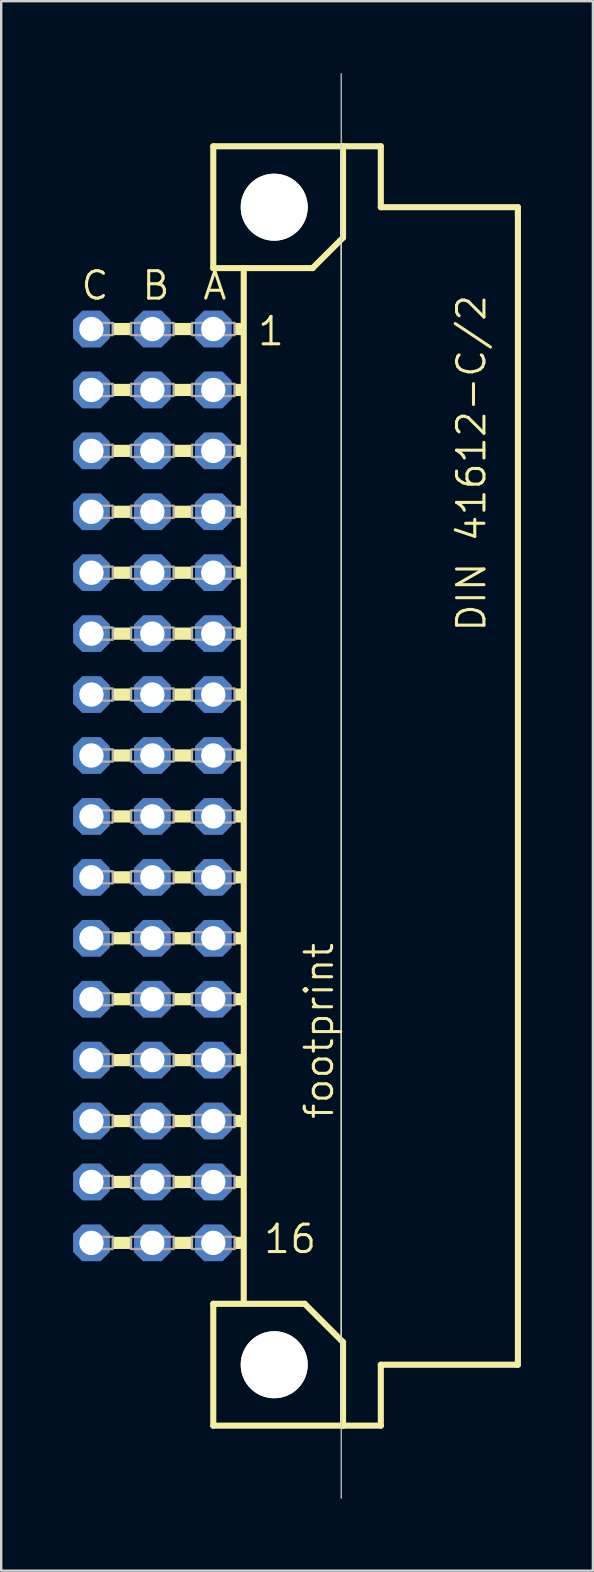
<source format=kicad_pcb>
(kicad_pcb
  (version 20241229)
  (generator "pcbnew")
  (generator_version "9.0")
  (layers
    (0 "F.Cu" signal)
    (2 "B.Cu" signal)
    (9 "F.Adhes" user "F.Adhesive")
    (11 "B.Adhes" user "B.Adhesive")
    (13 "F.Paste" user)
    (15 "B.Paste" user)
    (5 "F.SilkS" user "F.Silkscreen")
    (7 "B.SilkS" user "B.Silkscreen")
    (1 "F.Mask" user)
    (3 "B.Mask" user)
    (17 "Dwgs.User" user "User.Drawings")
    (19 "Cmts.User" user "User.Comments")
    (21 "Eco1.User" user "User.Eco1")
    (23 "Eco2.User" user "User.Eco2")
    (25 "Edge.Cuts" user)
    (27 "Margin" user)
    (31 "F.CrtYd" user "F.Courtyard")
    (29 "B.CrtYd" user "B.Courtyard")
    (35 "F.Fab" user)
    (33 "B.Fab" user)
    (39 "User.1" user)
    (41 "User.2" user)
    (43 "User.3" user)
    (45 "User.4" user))
  (footprint "footprint"
    (layer "F.Cu")
    (at 8.382 29.718)
    (property "Reference" "footprint" (at 2.54 13.97 90) (layer "F.SilkS") (effects (font (size 1.143 1.143) (thickness 0.127)) (justify left bottom)))
    (fp_line (start -2.54 -26.67) (end -2.54 -21.59) (stroke (width 0.254) (type solid)) (layer "F.SilkS"))
    (fp_line (start -2.54 -21.59) (end -1.27 -21.59) (stroke (width 0.254) (type solid)) (layer "F.SilkS"))
    (fp_line (start -2.54 21.59) (end -2.54 26.67) (stroke (width 0.254) (type solid)) (layer "F.SilkS"))
    (fp_line (start -2.54 21.59) (end 1.27 21.59) (stroke (width 0.254) (type solid)) (layer "F.SilkS"))
    (fp_line (start -2.54 26.67) (end 2.87 26.67) (stroke (width 0.254) (type solid)) (layer "F.SilkS"))
    (fp_line (start -1.27 -21.59) (end -1.27 21.463) (stroke (width 0.254) (type solid)) (layer "F.SilkS"))
    (fp_line (start -1.27 -21.59) (end 1.6 -21.59) (stroke (width 0.254) (type solid)) (layer "F.SilkS"))
    (fp_line (start 1.6 -21.59) (end 2.87 -22.86) (stroke (width 0.254) (type solid)) (layer "F.SilkS"))
    (fp_line (start 2.794 -23.495) (end 2.794 23.495) (stroke (width 0.051) (type solid)) (layer "F.SilkS"))
    (fp_line (start 2.87 -26.67) (end -2.54 -26.67) (stroke (width 0.254) (type solid)) (layer "F.SilkS"))
    (fp_line (start 2.87 -22.86) (end 2.87 -26.67) (stroke (width 0.254) (type solid)) (layer "F.SilkS"))
    (fp_line (start 2.87 23.19) (end 1.27 21.59) (stroke (width 0.254) (type solid)) (layer "F.SilkS"))
    (fp_line (start 2.87 23.19) (end 2.87 26.67) (stroke (width 0.254) (type solid)) (layer "F.SilkS"))
    (fp_line (start 2.87 26.67) (end 4.445 26.67) (stroke (width 0.254) (type solid)) (layer "F.SilkS"))
    (fp_line (start 4.445 -26.67) (end 2.87 -26.67) (stroke (width 0.254) (type solid)) (layer "F.SilkS"))
    (fp_line (start 4.445 -24.13) (end 4.445 -26.67) (stroke (width 0.254) (type solid)) (layer "F.SilkS"))
    (fp_line (start 4.445 24.13) (end 10.16 24.13) (stroke (width 0.254) (type solid)) (layer "F.SilkS"))
    (fp_line (start 4.445 26.67) (end 4.445 24.13) (stroke (width 0.254) (type solid)) (layer "F.SilkS"))
    (fp_line (start 10.16 -24.13) (end 4.445 -24.13) (stroke (width 0.254) (type solid)) (layer "F.SilkS"))
    (fp_line (start 10.16 24.13) (end 10.16 -24.13) (stroke (width 0.254) (type solid)) (layer "F.SilkS"))
    (fp_circle (center 0 -24.13) (end 1.27 -24.13) (stroke (width 0.254) (type solid)) (fill no) (layer "F.SilkS"))
    (fp_circle (center 0 24.13) (end 1.27 24.13) (stroke (width 0.254) (type solid)) (fill no) (layer "F.SilkS"))
    (fp_poly (pts (xy -6.731 -18.796) (xy -5.969 -18.796) (xy -5.969 -19.304) (xy -6.731 -19.304)) (stroke (width 0) (type solid)) (fill yes) (layer "F.SilkS"))
    (fp_poly (pts (xy -6.731 -16.256) (xy -5.969 -16.256) (xy -5.969 -16.764) (xy -6.731 -16.764)) (stroke (width 0) (type solid)) (fill yes) (layer "F.SilkS"))
    (fp_poly (pts (xy -6.731 -13.716) (xy -5.969 -13.716) (xy -5.969 -14.224) (xy -6.731 -14.224)) (stroke (width 0) (type solid)) (fill yes) (layer "F.SilkS"))
    (fp_poly (pts (xy -6.731 -11.176) (xy -5.969 -11.176) (xy -5.969 -11.684) (xy -6.731 -11.684)) (stroke (width 0) (type solid)) (fill yes) (layer "F.SilkS"))
    (fp_poly (pts (xy -6.731 -8.636) (xy -5.969 -8.636) (xy -5.969 -9.144) (xy -6.731 -9.144)) (stroke (width 0) (type solid)) (fill yes) (layer "F.SilkS"))
    (fp_poly (pts (xy -6.731 -6.096) (xy -5.969 -6.096) (xy -5.969 -6.604) (xy -6.731 -6.604)) (stroke (width 0) (type solid)) (fill yes) (layer "F.SilkS"))
    (fp_poly (pts (xy -6.731 -3.556) (xy -5.969 -3.556) (xy -5.969 -4.064) (xy -6.731 -4.064)) (stroke (width 0) (type solid)) (fill yes) (layer "F.SilkS"))
    (fp_poly (pts (xy -6.731 -1.016) (xy -5.969 -1.016) (xy -5.969 -1.524) (xy -6.731 -1.524)) (stroke (width 0) (type solid)) (fill yes) (layer "F.SilkS"))
    (fp_poly (pts (xy -6.731 1.524) (xy -5.969 1.524) (xy -5.969 1.016) (xy -6.731 1.016)) (stroke (width 0) (type solid)) (fill yes) (layer "F.SilkS"))
    (fp_poly (pts (xy -6.731 4.064) (xy -5.969 4.064) (xy -5.969 3.556) (xy -6.731 3.556)) (stroke (width 0) (type solid)) (fill yes) (layer "F.SilkS"))
    (fp_poly (pts (xy -6.731 6.604) (xy -5.969 6.604) (xy -5.969 6.096) (xy -6.731 6.096)) (stroke (width 0) (type solid)) (fill yes) (layer "F.SilkS"))
    (fp_poly (pts (xy -6.731 9.144) (xy -5.969 9.144) (xy -5.969 8.636) (xy -6.731 8.636)) (stroke (width 0) (type solid)) (fill yes) (layer "F.SilkS"))
    (fp_poly (pts (xy -6.731 11.684) (xy -5.969 11.684) (xy -5.969 11.176) (xy -6.731 11.176)) (stroke (width 0) (type solid)) (fill yes) (layer "F.SilkS"))
    (fp_poly (pts (xy -6.731 14.224) (xy -5.969 14.224) (xy -5.969 13.716) (xy -6.731 13.716)) (stroke (width 0) (type solid)) (fill yes) (layer "F.SilkS"))
    (fp_poly (pts (xy -6.731 16.764) (xy -5.969 16.764) (xy -5.969 16.256) (xy -6.731 16.256)) (stroke (width 0) (type solid)) (fill yes) (layer "F.SilkS"))
    (fp_poly (pts (xy -6.731 19.304) (xy -5.969 19.304) (xy -5.969 18.796) (xy -6.731 18.796)) (stroke (width 0) (type solid)) (fill yes) (layer "F.SilkS"))
    (fp_poly (pts (xy -4.191 -18.796) (xy -3.429 -18.796) (xy -3.429 -19.304) (xy -4.191 -19.304)) (stroke (width 0) (type solid)) (fill yes) (layer "F.SilkS"))
    (fp_poly (pts (xy -4.191 -16.256) (xy -3.429 -16.256) (xy -3.429 -16.764) (xy -4.191 -16.764)) (stroke (width 0) (type solid)) (fill yes) (layer "F.SilkS"))
    (fp_poly (pts (xy -4.191 -13.716) (xy -3.429 -13.716) (xy -3.429 -14.224) (xy -4.191 -14.224)) (stroke (width 0) (type solid)) (fill yes) (layer "F.SilkS"))
    (fp_poly (pts (xy -4.191 -11.176) (xy -3.429 -11.176) (xy -3.429 -11.684) (xy -4.191 -11.684)) (stroke (width 0) (type solid)) (fill yes) (layer "F.SilkS"))
    (fp_poly (pts (xy -4.191 -8.636) (xy -3.429 -8.636) (xy -3.429 -9.144) (xy -4.191 -9.144)) (stroke (width 0) (type solid)) (fill yes) (layer "F.SilkS"))
    (fp_poly (pts (xy -4.191 -6.096) (xy -3.429 -6.096) (xy -3.429 -6.604) (xy -4.191 -6.604)) (stroke (width 0) (type solid)) (fill yes) (layer "F.SilkS"))
    (fp_poly (pts (xy -4.191 -3.556) (xy -3.429 -3.556) (xy -3.429 -4.064) (xy -4.191 -4.064)) (stroke (width 0) (type solid)) (fill yes) (layer "F.SilkS"))
    (fp_poly (pts (xy -4.191 -1.016) (xy -3.429 -1.016) (xy -3.429 -1.524) (xy -4.191 -1.524)) (stroke (width 0) (type solid)) (fill yes) (layer "F.SilkS"))
    (fp_poly (pts (xy -4.191 1.524) (xy -3.429 1.524) (xy -3.429 1.016) (xy -4.191 1.016)) (stroke (width 0) (type solid)) (fill yes) (layer "F.SilkS"))
    (fp_poly (pts (xy -4.191 4.064) (xy -3.429 4.064) (xy -3.429 3.556) (xy -4.191 3.556)) (stroke (width 0) (type solid)) (fill yes) (layer "F.SilkS"))
    (fp_poly (pts (xy -4.191 6.604) (xy -3.429 6.604) (xy -3.429 6.096) (xy -4.191 6.096)) (stroke (width 0) (type solid)) (fill yes) (layer "F.SilkS"))
    (fp_poly (pts (xy -4.191 9.144) (xy -3.429 9.144) (xy -3.429 8.636) (xy -4.191 8.636)) (stroke (width 0) (type solid)) (fill yes) (layer "F.SilkS"))
    (fp_poly (pts (xy -4.191 11.684) (xy -3.429 11.684) (xy -3.429 11.176) (xy -4.191 11.176)) (stroke (width 0) (type solid)) (fill yes) (layer "F.SilkS"))
    (fp_poly (pts (xy -4.191 14.224) (xy -3.429 14.224) (xy -3.429 13.716) (xy -4.191 13.716)) (stroke (width 0) (type solid)) (fill yes) (layer "F.SilkS"))
    (fp_poly (pts (xy -4.191 16.764) (xy -3.429 16.764) (xy -3.429 16.256) (xy -4.191 16.256)) (stroke (width 0) (type solid)) (fill yes) (layer "F.SilkS"))
    (fp_poly (pts (xy -4.191 19.304) (xy -3.429 19.304) (xy -3.429 18.796) (xy -4.191 18.796)) (stroke (width 0) (type solid)) (fill yes) (layer "F.SilkS"))
    (fp_poly (pts (xy -1.651 -18.796) (xy -1.27 -18.796) (xy -1.27 -19.304) (xy -1.651 -19.304)) (stroke (width 0) (type solid)) (fill yes) (layer "F.SilkS"))
    (fp_poly (pts (xy -1.651 -16.256) (xy -1.27 -16.256) (xy -1.27 -16.764) (xy -1.651 -16.764)) (stroke (width 0) (type solid)) (fill yes) (layer "F.SilkS"))
    (fp_poly (pts (xy -1.651 -13.716) (xy -1.27 -13.716) (xy -1.27 -14.224) (xy -1.651 -14.224)) (stroke (width 0) (type solid)) (fill yes) (layer "F.SilkS"))
    (fp_poly (pts (xy -1.651 -11.176) (xy -1.27 -11.176) (xy -1.27 -11.684) (xy -1.651 -11.684)) (stroke (width 0) (type solid)) (fill yes) (layer "F.SilkS"))
    (fp_poly (pts (xy -1.651 -8.636) (xy -1.27 -8.636) (xy -1.27 -9.144) (xy -1.651 -9.144)) (stroke (width 0) (type solid)) (fill yes) (layer "F.SilkS"))
    (fp_poly (pts (xy -1.651 -6.096) (xy -1.27 -6.096) (xy -1.27 -6.604) (xy -1.651 -6.604)) (stroke (width 0) (type solid)) (fill yes) (layer "F.SilkS"))
    (fp_poly (pts (xy -1.651 -3.556) (xy -1.27 -3.556) (xy -1.27 -4.064) (xy -1.651 -4.064)) (stroke (width 0) (type solid)) (fill yes) (layer "F.SilkS"))
    (fp_poly (pts (xy -1.651 -1.016) (xy -1.27 -1.016) (xy -1.27 -1.524) (xy -1.651 -1.524)) (stroke (width 0) (type solid)) (fill yes) (layer "F.SilkS"))
    (fp_poly (pts (xy -1.651 1.524) (xy -1.27 1.524) (xy -1.27 1.016) (xy -1.651 1.016)) (stroke (width 0) (type solid)) (fill yes) (layer "F.SilkS"))
    (fp_poly (pts (xy -1.651 4.064) (xy -1.27 4.064) (xy -1.27 3.556) (xy -1.651 3.556)) (stroke (width 0) (type solid)) (fill yes) (layer "F.SilkS"))
    (fp_poly (pts (xy -1.651 6.604) (xy -1.27 6.604) (xy -1.27 6.096) (xy -1.651 6.096)) (stroke (width 0) (type solid)) (fill yes) (layer "F.SilkS"))
    (fp_poly (pts (xy -1.651 9.144) (xy -1.27 9.144) (xy -1.27 8.636) (xy -1.651 8.636)) (stroke (width 0) (type solid)) (fill yes) (layer "F.SilkS"))
    (fp_poly (pts (xy -1.651 11.684) (xy -1.27 11.684) (xy -1.27 11.176) (xy -1.651 11.176)) (stroke (width 0) (type solid)) (fill yes) (layer "F.SilkS"))
    (fp_poly (pts (xy -1.651 14.224) (xy -1.27 14.224) (xy -1.27 13.716) (xy -1.651 13.716)) (stroke (width 0) (type solid)) (fill yes) (layer "F.SilkS"))
    (fp_poly (pts (xy -1.651 16.764) (xy -1.27 16.764) (xy -1.27 16.256) (xy -1.651 16.256)) (stroke (width 0) (type solid)) (fill yes) (layer "F.SilkS"))
    (fp_poly (pts (xy -1.651 19.304) (xy -1.27 19.304) (xy -1.27 18.796) (xy -1.651 18.796)) (stroke (width 0) (type solid)) (fill yes) (layer "F.SilkS"))
    (fp_line (start 2.794 29.693) (end 2.794 -29.693) (stroke (width 0.05) (type solid)) (layer "Edge.Cuts"))
    (fp_poly (pts (xy -7.874 -18.796) (xy -6.731 -18.796) (xy -6.731 -19.304) (xy -7.874 -19.304)) (stroke (width 0.1) (type solid)) (fill no) (layer "F.Fab"))
    (fp_poly (pts (xy -7.874 -16.256) (xy -6.731 -16.256) (xy -6.731 -16.764) (xy -7.874 -16.764)) (stroke (width 0.1) (type solid)) (fill no) (layer "F.Fab"))
    (fp_poly (pts (xy -7.874 -13.716) (xy -6.731 -13.716) (xy -6.731 -14.224) (xy -7.874 -14.224)) (stroke (width 0.1) (type solid)) (fill no) (layer "F.Fab"))
    (fp_poly (pts (xy -7.874 -11.176) (xy -6.731 -11.176) (xy -6.731 -11.684) (xy -7.874 -11.684)) (stroke (width 0.1) (type solid)) (fill no) (layer "F.Fab"))
    (fp_poly (pts (xy -7.874 -8.636) (xy -6.731 -8.636) (xy -6.731 -9.144) (xy -7.874 -9.144)) (stroke (width 0.1) (type solid)) (fill no) (layer "F.Fab"))
    (fp_poly (pts (xy -7.874 -6.096) (xy -6.731 -6.096) (xy -6.731 -6.604) (xy -7.874 -6.604)) (stroke (width 0.1) (type solid)) (fill no) (layer "F.Fab"))
    (fp_poly (pts (xy -7.874 -3.556) (xy -6.731 -3.556) (xy -6.731 -4.064) (xy -7.874 -4.064)) (stroke (width 0.1) (type solid)) (fill no) (layer "F.Fab"))
    (fp_poly (pts (xy -7.874 -1.016) (xy -6.731 -1.016) (xy -6.731 -1.524) (xy -7.874 -1.524)) (stroke (width 0.1) (type solid)) (fill no) (layer "F.Fab"))
    (fp_poly (pts (xy -7.874 1.524) (xy -6.731 1.524) (xy -6.731 1.016) (xy -7.874 1.016)) (stroke (width 0.1) (type solid)) (fill no) (layer "F.Fab"))
    (fp_poly (pts (xy -7.874 4.064) (xy -6.731 4.064) (xy -6.731 3.556) (xy -7.874 3.556)) (stroke (width 0.1) (type solid)) (fill no) (layer "F.Fab"))
    (fp_poly (pts (xy -7.874 6.604) (xy -6.731 6.604) (xy -6.731 6.096) (xy -7.874 6.096)) (stroke (width 0.1) (type solid)) (fill no) (layer "F.Fab"))
    (fp_poly (pts (xy -7.874 9.144) (xy -6.731 9.144) (xy -6.731 8.636) (xy -7.874 8.636)) (stroke (width 0.1) (type solid)) (fill no) (layer "F.Fab"))
    (fp_poly (pts (xy -7.874 11.684) (xy -6.731 11.684) (xy -6.731 11.176) (xy -7.874 11.176)) (stroke (width 0.1) (type solid)) (fill no) (layer "F.Fab"))
    (fp_poly (pts (xy -7.874 14.224) (xy -6.731 14.224) (xy -6.731 13.716) (xy -7.874 13.716)) (stroke (width 0.1) (type solid)) (fill no) (layer "F.Fab"))
    (fp_poly (pts (xy -7.874 16.764) (xy -6.731 16.764) (xy -6.731 16.256) (xy -7.874 16.256)) (stroke (width 0.1) (type solid)) (fill no) (layer "F.Fab"))
    (fp_poly (pts (xy -7.874 19.304) (xy -6.731 19.304) (xy -6.731 18.796) (xy -7.874 18.796)) (stroke (width 0.1) (type solid)) (fill no) (layer "F.Fab"))
    (fp_poly (pts (xy -5.969 -18.796) (xy -4.191 -18.796) (xy -4.191 -19.304) (xy -5.969 -19.304)) (stroke (width 0.1) (type solid)) (fill no) (layer "F.Fab"))
    (fp_poly (pts (xy -5.969 -16.256) (xy -4.191 -16.256) (xy -4.191 -16.764) (xy -5.969 -16.764)) (stroke (width 0.1) (type solid)) (fill no) (layer "F.Fab"))
    (fp_poly (pts (xy -5.969 -13.716) (xy -4.191 -13.716) (xy -4.191 -14.224) (xy -5.969 -14.224)) (stroke (width 0.1) (type solid)) (fill no) (layer "F.Fab"))
    (fp_poly (pts (xy -5.969 -11.176) (xy -4.191 -11.176) (xy -4.191 -11.684) (xy -5.969 -11.684)) (stroke (width 0.1) (type solid)) (fill no) (layer "F.Fab"))
    (fp_poly (pts (xy -5.969 -8.636) (xy -4.191 -8.636) (xy -4.191 -9.144) (xy -5.969 -9.144)) (stroke (width 0.1) (type solid)) (fill no) (layer "F.Fab"))
    (fp_poly (pts (xy -5.969 -6.096) (xy -4.191 -6.096) (xy -4.191 -6.604) (xy -5.969 -6.604)) (stroke (width 0.1) (type solid)) (fill no) (layer "F.Fab"))
    (fp_poly (pts (xy -5.969 -3.556) (xy -4.191 -3.556) (xy -4.191 -4.064) (xy -5.969 -4.064)) (stroke (width 0.1) (type solid)) (fill no) (layer "F.Fab"))
    (fp_poly (pts (xy -5.969 -1.016) (xy -4.191 -1.016) (xy -4.191 -1.524) (xy -5.969 -1.524)) (stroke (width 0.1) (type solid)) (fill no) (layer "F.Fab"))
    (fp_poly (pts (xy -5.969 1.524) (xy -4.191 1.524) (xy -4.191 1.016) (xy -5.969 1.016)) (stroke (width 0.1) (type solid)) (fill no) (layer "F.Fab"))
    (fp_poly (pts (xy -5.969 4.064) (xy -4.191 4.064) (xy -4.191 3.556) (xy -5.969 3.556)) (stroke (width 0.1) (type solid)) (fill no) (layer "F.Fab"))
    (fp_poly (pts (xy -5.969 6.604) (xy -4.191 6.604) (xy -4.191 6.096) (xy -5.969 6.096)) (stroke (width 0.1) (type solid)) (fill no) (layer "F.Fab"))
    (fp_poly (pts (xy -5.969 9.144) (xy -4.191 9.144) (xy -4.191 8.636) (xy -5.969 8.636)) (stroke (width 0.1) (type solid)) (fill no) (layer "F.Fab"))
    (fp_poly (pts (xy -5.969 11.684) (xy -4.191 11.684) (xy -4.191 11.176) (xy -5.969 11.176)) (stroke (width 0.1) (type solid)) (fill no) (layer "F.Fab"))
    (fp_poly (pts (xy -5.969 14.224) (xy -4.191 14.224) (xy -4.191 13.716) (xy -5.969 13.716)) (stroke (width 0.1) (type solid)) (fill no) (layer "F.Fab"))
    (fp_poly (pts (xy -5.969 16.764) (xy -4.191 16.764) (xy -4.191 16.256) (xy -5.969 16.256)) (stroke (width 0.1) (type solid)) (fill no) (layer "F.Fab"))
    (fp_poly (pts (xy -5.969 19.304) (xy -4.191 19.304) (xy -4.191 18.796) (xy -5.969 18.796)) (stroke (width 0.1) (type solid)) (fill no) (layer "F.Fab"))
    (fp_poly (pts (xy -3.429 -18.796) (xy -1.651 -18.796) (xy -1.651 -19.304) (xy -3.429 -19.304)) (stroke (width 0.1) (type solid)) (fill no) (layer "F.Fab"))
    (fp_poly (pts (xy -3.429 -16.256) (xy -1.651 -16.256) (xy -1.651 -16.764) (xy -3.429 -16.764)) (stroke (width 0.1) (type solid)) (fill no) (layer "F.Fab"))
    (fp_poly (pts (xy -3.429 -13.716) (xy -1.651 -13.716) (xy -1.651 -14.224) (xy -3.429 -14.224)) (stroke (width 0.1) (type solid)) (fill no) (layer "F.Fab"))
    (fp_poly (pts (xy -3.429 -11.176) (xy -1.651 -11.176) (xy -1.651 -11.684) (xy -3.429 -11.684)) (stroke (width 0.1) (type solid)) (fill no) (layer "F.Fab"))
    (fp_poly (pts (xy -3.429 -8.636) (xy -1.651 -8.636) (xy -1.651 -9.144) (xy -3.429 -9.144)) (stroke (width 0.1) (type solid)) (fill no) (layer "F.Fab"))
    (fp_poly (pts (xy -3.429 -6.096) (xy -1.651 -6.096) (xy -1.651 -6.604) (xy -3.429 -6.604)) (stroke (width 0.1) (type solid)) (fill no) (layer "F.Fab"))
    (fp_poly (pts (xy -3.429 -3.556) (xy -1.651 -3.556) (xy -1.651 -4.064) (xy -3.429 -4.064)) (stroke (width 0.1) (type solid)) (fill no) (layer "F.Fab"))
    (fp_poly (pts (xy -3.429 -1.016) (xy -1.651 -1.016) (xy -1.651 -1.524) (xy -3.429 -1.524)) (stroke (width 0.1) (type solid)) (fill no) (layer "F.Fab"))
    (fp_poly (pts (xy -3.429 1.524) (xy -1.651 1.524) (xy -1.651 1.016) (xy -3.429 1.016)) (stroke (width 0.1) (type solid)) (fill no) (layer "F.Fab"))
    (fp_poly (pts (xy -3.429 4.064) (xy -1.651 4.064) (xy -1.651 3.556) (xy -3.429 3.556)) (stroke (width 0.1) (type solid)) (fill no) (layer "F.Fab"))
    (fp_poly (pts (xy -3.429 6.604) (xy -1.651 6.604) (xy -1.651 6.096) (xy -3.429 6.096)) (stroke (width 0.1) (type solid)) (fill no) (layer "F.Fab"))
    (fp_poly (pts (xy -3.429 9.144) (xy -1.651 9.144) (xy -1.651 8.636) (xy -3.429 8.636)) (stroke (width 0.1) (type solid)) (fill no) (layer "F.Fab"))
    (fp_poly (pts (xy -3.429 11.684) (xy -1.651 11.684) (xy -1.651 11.176) (xy -3.429 11.176)) (stroke (width 0.1) (type solid)) (fill no) (layer "F.Fab"))
    (fp_poly (pts (xy -3.429 14.224) (xy -1.651 14.224) (xy -1.651 13.716) (xy -3.429 13.716)) (stroke (width 0.1) (type solid)) (fill no) (layer "F.Fab"))
    (fp_poly (pts (xy -3.429 16.764) (xy -1.651 16.764) (xy -1.651 16.256) (xy -3.429 16.256)) (stroke (width 0.1) (type solid)) (fill no) (layer "F.Fab"))
    (fp_poly (pts (xy -3.429 19.304) (xy -1.651 19.304) (xy -1.651 18.796) (xy -3.429 18.796)) (stroke (width 0.1) (type solid)) (fill no) (layer "F.Fab"))
    (fp_text user "DIN 41612-C/2" (at 8.89 -6.35 90) (layer "F.SilkS") (effects (font (size 1.143 1.143) (thickness 0.127)) (justify left bottom)))
    (fp_text user "1" (at -0.762 -18.288 0) (layer "F.SilkS") (effects (font (size 1.143 1.143) (thickness 0.127)) (justify left bottom)))
    (fp_text user "A" (at -3.048 -20.193 0) (layer "F.SilkS") (effects (font (size 1.143 1.143) (thickness 0.127)) (justify left bottom)))
    (fp_text user "16" (at -0.508 19.558 0) (layer "F.SilkS") (effects (font (size 1.143 1.143) (thickness 0.127)) (justify left bottom)))
    (fp_text user "B" (at -5.588 -20.193 0) (layer "F.SilkS") (effects (font (size 1.143 1.143) (thickness 0.127)) (justify left bottom)))
    (fp_text user "C" (at -8.128 -20.193 0) (layer "F.SilkS") (effects (font (size 1.143 1.143) (thickness 0.127)) (justify left bottom)))
    (pad "" np_thru_hole circle (at 0 -24.13) (size 2.794 2.794) (drill 2.794) (layers "*.Cu" "*.Mask"))
    (pad "" np_thru_hole circle (at 0 24.13) (size 2.794 2.794) (drill 2.794) (layers "*.Cu" "*.Mask"))
    (pad "A1" thru_hole roundrect (at -2.54 -19.05) (size 1.524 1.524) (drill 1.016) (layers "*.Cu" "*.Mask") (roundrect_rratio 0.25) (chamfer_ratio 0.25) (chamfer top_left top_right bottom_left bottom_right))
    (pad "A2" thru_hole roundrect (at -2.54 -16.51) (size 1.524 1.524) (drill 1.016) (layers "*.Cu" "*.Mask") (roundrect_rratio 0.25) (chamfer_ratio 0.25) (chamfer top_left top_right bottom_left bottom_right))
    (pad "A3" thru_hole roundrect (at -2.54 -13.97) (size 1.524 1.524) (drill 1.016) (layers "*.Cu" "*.Mask") (roundrect_rratio 0.25) (chamfer_ratio 0.25) (chamfer top_left top_right bottom_left bottom_right))
    (pad "A4" thru_hole roundrect (at -2.54 -11.43) (size 1.524 1.524) (drill 1.016) (layers "*.Cu" "*.Mask") (roundrect_rratio 0.25) (chamfer_ratio 0.25) (chamfer top_left top_right bottom_left bottom_right))
    (pad "A5" thru_hole roundrect (at -2.54 -8.89) (size 1.524 1.524) (drill 1.016) (layers "*.Cu" "*.Mask") (roundrect_rratio 0.25) (chamfer_ratio 0.25) (chamfer top_left top_right bottom_left bottom_right))
    (pad "A6" thru_hole roundrect (at -2.54 -6.35) (size 1.524 1.524) (drill 1.016) (layers "*.Cu" "*.Mask") (roundrect_rratio 0.25) (chamfer_ratio 0.25) (chamfer top_left top_right bottom_left bottom_right))
    (pad "A7" thru_hole roundrect (at -2.54 -3.81) (size 1.524 1.524) (drill 1.016) (layers "*.Cu" "*.Mask") (roundrect_rratio 0.25) (chamfer_ratio 0.25) (chamfer top_left top_right bottom_left bottom_right))
    (pad "A8" thru_hole roundrect (at -2.54 -1.27) (size 1.524 1.524) (drill 1.016) (layers "*.Cu" "*.Mask") (roundrect_rratio 0.25) (chamfer_ratio 0.25) (chamfer top_left top_right bottom_left bottom_right))
    (pad "A9" thru_hole roundrect (at -2.54 1.27) (size 1.524 1.524) (drill 1.016) (layers "*.Cu" "*.Mask") (roundrect_rratio 0.25) (chamfer_ratio 0.25) (chamfer top_left top_right bottom_left bottom_right))
    (pad "A10" thru_hole roundrect (at -2.54 3.81) (size 1.524 1.524) (drill 1.016) (layers "*.Cu" "*.Mask") (roundrect_rratio 0.25) (chamfer_ratio 0.25) (chamfer top_left top_right bottom_left bottom_right))
    (pad "A11" thru_hole roundrect (at -2.54 6.35) (size 1.524 1.524) (drill 1.016) (layers "*.Cu" "*.Mask") (roundrect_rratio 0.25) (chamfer_ratio 0.25) (chamfer top_left top_right bottom_left bottom_right))
    (pad "A12" thru_hole roundrect (at -2.54 8.89) (size 1.524 1.524) (drill 1.016) (layers "*.Cu" "*.Mask") (roundrect_rratio 0.25) (chamfer_ratio 0.25) (chamfer top_left top_right bottom_left bottom_right))
    (pad "A13" thru_hole roundrect (at -2.54 11.43) (size 1.524 1.524) (drill 1.016) (layers "*.Cu" "*.Mask") (roundrect_rratio 0.25) (chamfer_ratio 0.25) (chamfer top_left top_right bottom_left bottom_right))
    (pad "A14" thru_hole roundrect (at -2.54 13.97) (size 1.524 1.524) (drill 1.016) (layers "*.Cu" "*.Mask") (roundrect_rratio 0.25) (chamfer_ratio 0.25) (chamfer top_left top_right bottom_left bottom_right))
    (pad "A15" thru_hole roundrect (at -2.54 16.51) (size 1.524 1.524) (drill 1.016) (layers "*.Cu" "*.Mask") (roundrect_rratio 0.25) (chamfer_ratio 0.25) (chamfer top_left top_right bottom_left bottom_right))
    (pad "A16" thru_hole roundrect (at -2.54 19.05) (size 1.524 1.524) (drill 1.016) (layers "*.Cu" "*.Mask") (roundrect_rratio 0.25) (chamfer_ratio 0.25) (chamfer top_left top_right bottom_left bottom_right))
    (pad "B1" thru_hole roundrect (at -5.08 -19.05) (size 1.524 1.524) (drill 1.016) (layers "*.Cu" "*.Mask") (roundrect_rratio 0.25) (chamfer_ratio 0.25) (chamfer top_left top_right bottom_left bottom_right))
    (pad "B2" thru_hole roundrect (at -5.08 -16.51) (size 1.524 1.524) (drill 1.016) (layers "*.Cu" "*.Mask") (roundrect_rratio 0.25) (chamfer_ratio 0.25) (chamfer top_left top_right bottom_left bottom_right))
    (pad "B3" thru_hole roundrect (at -5.08 -13.97) (size 1.524 1.524) (drill 1.016) (layers "*.Cu" "*.Mask") (roundrect_rratio 0.25) (chamfer_ratio 0.25) (chamfer top_left top_right bottom_left bottom_right))
    (pad "B4" thru_hole roundrect (at -5.08 -11.43) (size 1.524 1.524) (drill 1.016) (layers "*.Cu" "*.Mask") (roundrect_rratio 0.25) (chamfer_ratio 0.25) (chamfer top_left top_right bottom_left bottom_right))
    (pad "B5" thru_hole roundrect (at -5.08 -8.89) (size 1.524 1.524) (drill 1.016) (layers "*.Cu" "*.Mask") (roundrect_rratio 0.25) (chamfer_ratio 0.25) (chamfer top_left top_right bottom_left bottom_right))
    (pad "B6" thru_hole roundrect (at -5.08 -6.35) (size 1.524 1.524) (drill 1.016) (layers "*.Cu" "*.Mask") (roundrect_rratio 0.25) (chamfer_ratio 0.25) (chamfer top_left top_right bottom_left bottom_right))
    (pad "B7" thru_hole roundrect (at -5.08 -3.81) (size 1.524 1.524) (drill 1.016) (layers "*.Cu" "*.Mask") (roundrect_rratio 0.25) (chamfer_ratio 0.25) (chamfer top_left top_right bottom_left bottom_right))
    (pad "B8" thru_hole roundrect (at -5.08 -1.27) (size 1.524 1.524) (drill 1.016) (layers "*.Cu" "*.Mask") (roundrect_rratio 0.25) (chamfer_ratio 0.25) (chamfer top_left top_right bottom_left bottom_right))
    (pad "B9" thru_hole roundrect (at -5.08 1.27) (size 1.524 1.524) (drill 1.016) (layers "*.Cu" "*.Mask") (roundrect_rratio 0.25) (chamfer_ratio 0.25) (chamfer top_left top_right bottom_left bottom_right))
    (pad "B10" thru_hole roundrect (at -5.08 3.81) (size 1.524 1.524) (drill 1.016) (layers "*.Cu" "*.Mask") (roundrect_rratio 0.25) (chamfer_ratio 0.25) (chamfer top_left top_right bottom_left bottom_right))
    (pad "B11" thru_hole roundrect (at -5.08 6.35) (size 1.524 1.524) (drill 1.016) (layers "*.Cu" "*.Mask") (roundrect_rratio 0.25) (chamfer_ratio 0.25) (chamfer top_left top_right bottom_left bottom_right))
    (pad "B12" thru_hole roundrect (at -5.08 8.89) (size 1.524 1.524) (drill 1.016) (layers "*.Cu" "*.Mask") (roundrect_rratio 0.25) (chamfer_ratio 0.25) (chamfer top_left top_right bottom_left bottom_right))
    (pad "B13" thru_hole roundrect (at -5.08 11.43) (size 1.524 1.524) (drill 1.016) (layers "*.Cu" "*.Mask") (roundrect_rratio 0.25) (chamfer_ratio 0.25) (chamfer top_left top_right bottom_left bottom_right))
    (pad "B14" thru_hole roundrect (at -5.08 13.97) (size 1.524 1.524) (drill 1.016) (layers "*.Cu" "*.Mask") (roundrect_rratio 0.25) (chamfer_ratio 0.25) (chamfer top_left top_right bottom_left bottom_right))
    (pad "B15" thru_hole roundrect (at -5.08 16.51) (size 1.524 1.524) (drill 1.016) (layers "*.Cu" "*.Mask") (roundrect_rratio 0.25) (chamfer_ratio 0.25) (chamfer top_left top_right bottom_left bottom_right))
    (pad "B16" thru_hole roundrect (at -5.08 19.05) (size 1.524 1.524) (drill 1.016) (layers "*.Cu" "*.Mask") (roundrect_rratio 0.25) (chamfer_ratio 0.25) (chamfer top_left top_right bottom_left bottom_right))
    (pad "C1" thru_hole roundrect (at -7.62 -19.05) (size 1.524 1.524) (drill 1.016) (layers "*.Cu" "*.Mask") (roundrect_rratio 0.25) (chamfer_ratio 0.25) (chamfer top_left top_right bottom_left bottom_right))
    (pad "C2" thru_hole roundrect (at -7.62 -16.51) (size 1.524 1.524) (drill 1.016) (layers "*.Cu" "*.Mask") (roundrect_rratio 0.25) (chamfer_ratio 0.25) (chamfer top_left top_right bottom_left bottom_right))
    (pad "C3" thru_hole roundrect (at -7.62 -13.97) (size 1.524 1.524) (drill 1.016) (layers "*.Cu" "*.Mask") (roundrect_rratio 0.25) (chamfer_ratio 0.25) (chamfer top_left top_right bottom_left bottom_right))
    (pad "C4" thru_hole roundrect (at -7.62 -11.43) (size 1.524 1.524) (drill 1.016) (layers "*.Cu" "*.Mask") (roundrect_rratio 0.25) (chamfer_ratio 0.25) (chamfer top_left top_right bottom_left bottom_right))
    (pad "C5" thru_hole roundrect (at -7.62 -8.89) (size 1.524 1.524) (drill 1.016) (layers "*.Cu" "*.Mask") (roundrect_rratio 0.25) (chamfer_ratio 0.25) (chamfer top_left top_right bottom_left bottom_right))
    (pad "C6" thru_hole roundrect (at -7.62 -6.35) (size 1.524 1.524) (drill 1.016) (layers "*.Cu" "*.Mask") (roundrect_rratio 0.25) (chamfer_ratio 0.25) (chamfer top_left top_right bottom_left bottom_right))
    (pad "C7" thru_hole roundrect (at -7.62 -3.81) (size 1.524 1.524) (drill 1.016) (layers "*.Cu" "*.Mask") (roundrect_rratio 0.25) (chamfer_ratio 0.25) (chamfer top_left top_right bottom_left bottom_right))
    (pad "C8" thru_hole roundrect (at -7.62 -1.27) (size 1.524 1.524) (drill 1.016) (layers "*.Cu" "*.Mask") (roundrect_rratio 0.25) (chamfer_ratio 0.25) (chamfer top_left top_right bottom_left bottom_right))
    (pad "C9" thru_hole roundrect (at -7.62 1.27) (size 1.524 1.524) (drill 1.016) (layers "*.Cu" "*.Mask") (roundrect_rratio 0.25) (chamfer_ratio 0.25) (chamfer top_left top_right bottom_left bottom_right))
    (pad "C10" thru_hole roundrect (at -7.62 3.81) (size 1.524 1.524) (drill 1.016) (layers "*.Cu" "*.Mask") (roundrect_rratio 0.25) (chamfer_ratio 0.25) (chamfer top_left top_right bottom_left bottom_right))
    (pad "C11" thru_hole roundrect (at -7.62 6.35) (size 1.524 1.524) (drill 1.016) (layers "*.Cu" "*.Mask") (roundrect_rratio 0.25) (chamfer_ratio 0.25) (chamfer top_left top_right bottom_left bottom_right))
    (pad "C12" thru_hole roundrect (at -7.62 8.89) (size 1.524 1.524) (drill 1.016) (layers "*.Cu" "*.Mask") (roundrect_rratio 0.25) (chamfer_ratio 0.25) (chamfer top_left top_right bottom_left bottom_right))
    (pad "C13" thru_hole roundrect (at -7.62 11.43) (size 1.524 1.524) (drill 1.016) (layers "*.Cu" "*.Mask") (roundrect_rratio 0.25) (chamfer_ratio 0.25) (chamfer top_left top_right bottom_left bottom_right))
    (pad "C14" thru_hole roundrect (at -7.62 13.97) (size 1.524 1.524) (drill 1.016) (layers "*.Cu" "*.Mask") (roundrect_rratio 0.25) (chamfer_ratio 0.25) (chamfer top_left top_right bottom_left bottom_right))
    (pad "C15" thru_hole roundrect (at -7.62 16.51) (size 1.524 1.524) (drill 1.016) (layers "*.Cu" "*.Mask") (roundrect_rratio 0.25) (chamfer_ratio 0.25) (chamfer top_left top_right bottom_left bottom_right))
    (pad "C16" thru_hole roundrect (at -7.62 19.05) (size 1.524 1.524) (drill 1.016) (layers "*.Cu" "*.Mask") (roundrect_rratio 0.25) (chamfer_ratio 0.25) (chamfer top_left top_right bottom_left bottom_right))
    (zone (net_name "") (layers "F.Cu" "B.Cu") (hatch edge 0.508) (connect_pads) (min_thickness 0.254) (filled_areas_thickness no) (keepout (tracks allowed) (vias not_allowed) (pads allowed) (copperpour allowed) (footprints allowed)) (placement (enabled no)) (fill) (polygon (pts (xy 11.557 5.588) (xy 11.509 5.036) (xy 11.366 4.502) (xy 11.132 4) (xy 10.814 3.547) (xy 10.423 3.155) (xy 9.97 2.838) (xy 9.468 2.604) (xy 8.933 2.461) (xy 8.382 2.413) (xy 7.831 2.461) (xy 7.296 2.604) (xy 6.795 2.838) (xy 6.341 3.155) (xy 5.95 3.547) (xy 5.632 4) (xy 5.398 4.502) (xy 5.255 5.036) (xy 5.207 5.588) (xy 5.255 6.139) (xy 5.398 6.674) (xy 5.632 7.175) (xy 5.95 7.628) (xy 6.341 8.02) (xy 6.795 8.337) (xy 7.296 8.571) (xy 7.831 8.714) (xy 8.382 8.763) (xy 8.933 8.714) (xy 9.468 8.571) (xy 9.97 8.337) (xy 10.423 8.02) (xy 10.814 7.628) (xy 11.132 7.175) (xy 11.366 6.674) (xy 11.509 6.139))) (polygon (pts (xy 9.779 5.588) (xy 9.758 5.345) (xy 9.695 5.11) (xy 9.592 4.889) (xy 9.452 4.69) (xy 9.28 4.517) (xy 9.081 4.378) (xy 8.86 4.275) (xy 8.625 4.212) (xy 8.382 4.191) (xy 8.139 4.212) (xy 7.904 4.275) (xy 7.684 4.378) (xy 7.484 4.517) (xy 7.312 4.69) (xy 7.172 4.889) (xy 7.069 5.11) (xy 7.006 5.345) (xy 6.985 5.588) (xy 7.006 5.83) (xy 7.069 6.065) (xy 7.172 6.286) (xy 7.312 6.486) (xy 7.484 6.658) (xy 7.684 6.797) (xy 7.904 6.9) (xy 8.139 6.963) (xy 8.382 6.985) (xy 8.625 6.963) (xy 8.86 6.9) (xy 9.081 6.797) (xy 9.28 6.658) (xy 9.452 6.486) (xy 9.592 6.286) (xy 9.695 6.065) (xy 9.758 5.83))))
    (zone (net_name "") (layers "F.Cu" "B.Cu") (hatch edge 0.508) (connect_pads) (min_thickness 0.254) (filled_areas_thickness no) (keepout (tracks allowed) (vias not_allowed) (pads allowed) (copperpour allowed) (footprints allowed)) (placement (enabled no)) (fill) (polygon (pts (xy 11.557 53.848) (xy 11.509 53.296) (xy 11.366 52.762) (xy 11.132 52.26) (xy 10.814 51.807) (xy 10.423 51.415) (xy 9.97 51.098) (xy 9.468 50.864) (xy 8.933 50.721) (xy 8.382 50.673) (xy 7.831 50.721) (xy 7.296 50.864) (xy 6.795 51.098) (xy 6.341 51.415) (xy 5.95 51.807) (xy 5.632 52.26) (xy 5.398 52.762) (xy 5.255 53.296) (xy 5.207 53.848) (xy 5.255 54.399) (xy 5.398 54.934) (xy 5.632 55.435) (xy 5.95 55.888) (xy 6.341 56.28) (xy 6.795 56.597) (xy 7.296 56.831) (xy 7.831 56.974) (xy 8.382 57.023) (xy 8.933 56.974) (xy 9.468 56.831) (xy 9.97 56.597) (xy 10.423 56.28) (xy 10.814 55.888) (xy 11.132 55.435) (xy 11.366 54.934) (xy 11.509 54.399))) (polygon (pts (xy 9.779 53.848) (xy 9.758 53.605) (xy 9.695 53.37) (xy 9.592 53.149) (xy 9.452 52.95) (xy 9.28 52.777) (xy 9.081 52.638) (xy 8.86 52.535) (xy 8.625 52.472) (xy 8.382 52.451) (xy 8.139 52.472) (xy 7.904 52.535) (xy 7.684 52.638) (xy 7.484 52.777) (xy 7.312 52.95) (xy 7.172 53.149) (xy 7.069 53.37) (xy 7.006 53.605) (xy 6.985 53.848) (xy 7.006 54.09) (xy 7.069 54.325) (xy 7.172 54.546) (xy 7.312 54.746) (xy 7.484 54.918) (xy 7.684 55.057) (xy 7.904 55.16) (xy 8.139 55.223) (xy 8.382 55.245) (xy 8.625 55.223) (xy 8.86 55.16) (xy 9.081 55.057) (xy 9.28 54.918) (xy 9.452 54.746) (xy 9.592 54.546) (xy 9.695 54.325) (xy 9.758 54.09))))
    (zone (net_name "") (layer "B.Cu") (hatch edge 0.508) (connect_pads) (min_thickness 0.254) (filled_areas_thickness no) (keepout (tracks not_allowed) (vias not_allowed) (pads not_allowed) (copperpour not_allowed) (footprints allowed)) (placement (enabled no)) (fill) (polygon (pts (xy 11.557 5.588) (xy 11.509 5.036) (xy 11.366 4.502) (xy 11.132 4) (xy 10.814 3.547) (xy 10.423 3.155) (xy 9.97 2.838) (xy 9.468 2.604) (xy 8.933 2.461) (xy 8.382 2.413) (xy 7.831 2.461) (xy 7.296 2.604) (xy 6.795 2.838) (xy 6.341 3.155) (xy 5.95 3.547) (xy 5.632 4) (xy 5.398 4.502) (xy 5.255 5.036) (xy 5.207 5.588) (xy 5.255 6.139) (xy 5.398 6.674) (xy 5.632 7.175) (xy 5.95 7.628) (xy 6.341 8.02) (xy 6.795 8.337) (xy 7.296 8.571) (xy 7.831 8.714) (xy 8.382 8.763) (xy 8.933 8.714) (xy 9.468 8.571) (xy 9.97 8.337) (xy 10.423 8.02) (xy 10.814 7.628) (xy 11.132 7.175) (xy 11.366 6.674) (xy 11.509 6.139))) (polygon (pts (xy 9.779 5.588) (xy 9.758 5.345) (xy 9.695 5.11) (xy 9.592 4.889) (xy 9.452 4.69) (xy 9.28 4.517) (xy 9.081 4.378) (xy 8.86 4.275) (xy 8.625 4.212) (xy 8.382 4.191) (xy 8.139 4.212) (xy 7.904 4.275) (xy 7.684 4.378) (xy 7.484 4.517) (xy 7.312 4.69) (xy 7.172 4.889) (xy 7.069 5.11) (xy 7.006 5.345) (xy 6.985 5.588) (xy 7.006 5.83) (xy 7.069 6.065) (xy 7.172 6.286) (xy 7.312 6.486) (xy 7.484 6.658) (xy 7.684 6.797) (xy 7.904 6.9) (xy 8.139 6.963) (xy 8.382 6.985) (xy 8.625 6.963) (xy 8.86 6.9) (xy 9.081 6.797) (xy 9.28 6.658) (xy 9.452 6.486) (xy 9.592 6.286) (xy 9.695 6.065) (xy 9.758 5.83))))
    (zone (net_name "") (layer "B.Cu") (hatch edge 0.508) (connect_pads) (min_thickness 0.254) (filled_areas_thickness no) (keepout (tracks not_allowed) (vias not_allowed) (pads not_allowed) (copperpour not_allowed) (footprints allowed)) (placement (enabled no)) (fill) (polygon (pts (xy 11.557 53.848) (xy 11.509 53.296) (xy 11.366 52.762) (xy 11.132 52.26) (xy 10.814 51.807) (xy 10.423 51.415) (xy 9.97 51.098) (xy 9.468 50.864) (xy 8.933 50.721) (xy 8.382 50.673) (xy 7.831 50.721) (xy 7.296 50.864) (xy 6.795 51.098) (xy 6.341 51.415) (xy 5.95 51.807) (xy 5.632 52.26) (xy 5.398 52.762) (xy 5.255 53.296) (xy 5.207 53.848) (xy 5.255 54.399) (xy 5.398 54.934) (xy 5.632 55.435) (xy 5.95 55.888) (xy 6.341 56.28) (xy 6.795 56.597) (xy 7.296 56.831) (xy 7.831 56.974) (xy 8.382 57.023) (xy 8.933 56.974) (xy 9.468 56.831) (xy 9.97 56.597) (xy 10.423 56.28) (xy 10.814 55.888) (xy 11.132 55.435) (xy 11.366 54.934) (xy 11.509 54.399))) (polygon (pts (xy 9.779 53.848) (xy 9.758 53.605) (xy 9.695 53.37) (xy 9.592 53.149) (xy 9.452 52.95) (xy 9.28 52.777) (xy 9.081 52.638) (xy 8.86 52.535) (xy 8.625 52.472) (xy 8.382 52.451) (xy 8.139 52.472) (xy 7.904 52.535) (xy 7.684 52.638) (xy 7.484 52.777) (xy 7.312 52.95) (xy 7.172 53.149) (xy 7.069 53.37) (xy 7.006 53.605) (xy 6.985 53.848) (xy 7.006 54.09) (xy 7.069 54.325) (xy 7.172 54.546) (xy 7.312 54.746) (xy 7.484 54.918) (xy 7.684 55.057) (xy 7.904 55.16) (xy 8.139 55.223) (xy 8.382 55.245) (xy 8.625 55.223) (xy 8.86 55.16) (xy 9.081 55.057) (xy 9.28 54.918) (xy 9.452 54.746) (xy 9.592 54.546) (xy 9.695 54.325) (xy 9.758 54.09)))))
  (gr_rect
    (start -3 -3)
    (end 21.669 62.435)
    (stroke (width 0.1) (type default))
    (fill no)
    (layer "Edge.Cuts")))
</source>
